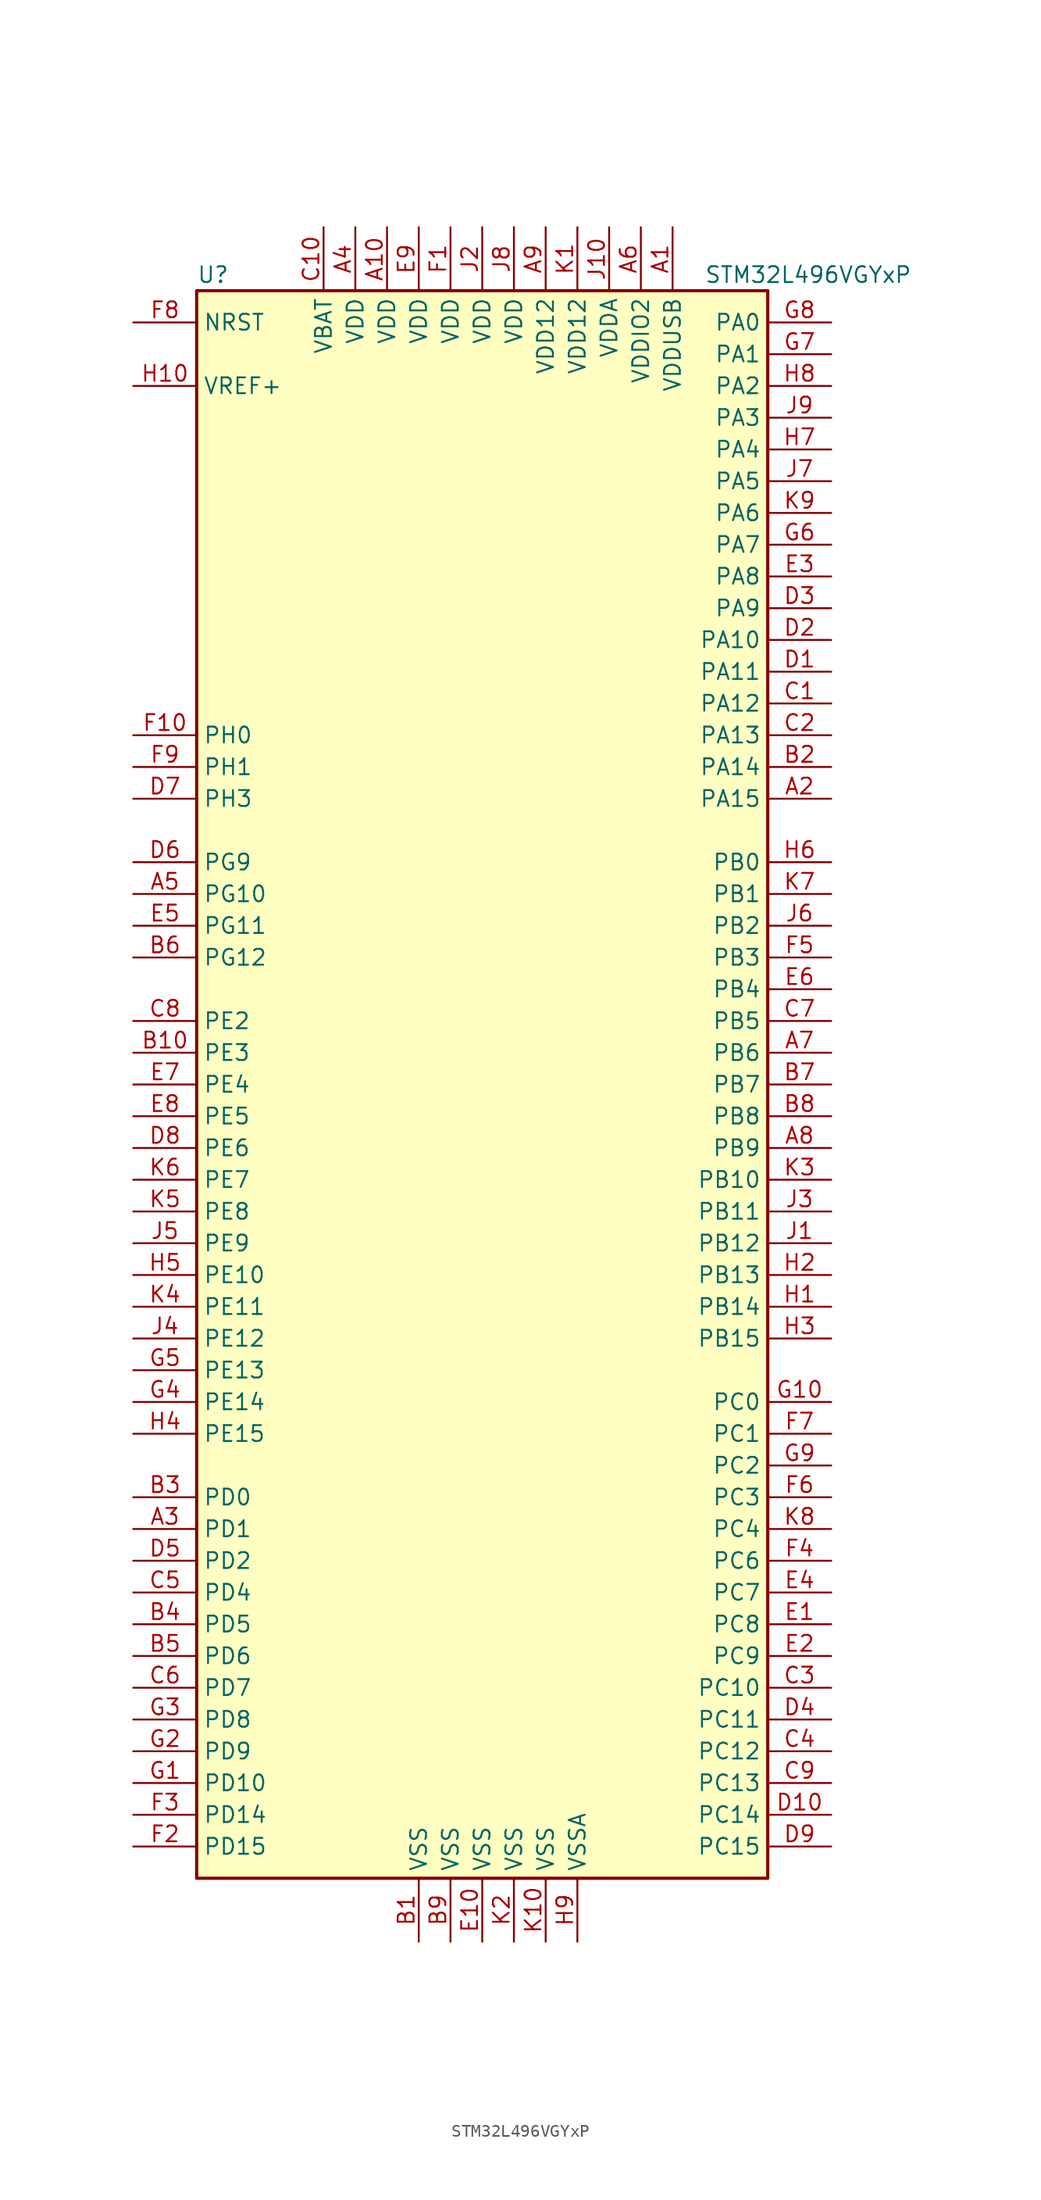
<source format=kicad_sym>
(kicad_symbol_lib
  (version 20220914)
  (generator kicad_symbol_editor)
  (symbol "STM32L496VGYxP"
    (property "Reference" "U"
      (at -22.86 64.77 0)
      (effects (font (size 1.27 1.27)) (justify left)))
    (property "Value" "STM32L496VGYxP"
      (at 17.78 64.77 0)
      (effects (font (size 1.27 1.27)) (justify left)))
    (symbol "STM32L496VGYxP_0_1"
      (rectangle (start -22.86 -63.5) (end 22.86 63.5) (stroke (width 0.254) (type default)) (fill (type background))))
    (symbol "STM32L496VGYxP_1_1"
      (pin power_in line (at 15.24 68.58 270) (length 5.08) (name "VDDUSB" (effects (font (size 1.27 1.27)))) (number "A1" (effects (font (size 1.27 1.27)))))
      (pin power_in line (at -7.62 68.58 270) (length 5.08) (name "VDD" (effects (font (size 1.27 1.27)))) (number "A10" (effects (font (size 1.27 1.27)))))
      (pin bidirectional line (at 27.94 22.86 180) (length 5.08) (name "PA15" (effects (font (size 1.27 1.27)))) (number "A2" (effects (font (size 1.27 1.27)))))
      (pin bidirectional line (at -27.94 -35.56 0) (length 5.08) (name "PD1" (effects (font (size 1.27 1.27)))) (number "A3" (effects (font (size 1.27 1.27)))))
      (pin power_in line (at -10.16 68.58 270) (length 5.08) (name "VDD" (effects (font (size 1.27 1.27)))) (number "A4" (effects (font (size 1.27 1.27)))))
      (pin bidirectional line (at -27.94 15.24 0) (length 5.08) (name "PG10" (effects (font (size 1.27 1.27)))) (number "A5" (effects (font (size 1.27 1.27)))))
      (pin power_in line (at 12.7 68.58 270) (length 5.08) (name "VDDIO2" (effects (font (size 1.27 1.27)))) (number "A6" (effects (font (size 1.27 1.27)))))
      (pin bidirectional line (at 27.94 2.54 180) (length 5.08) (name "PB6" (effects (font (size 1.27 1.27)))) (number "A7" (effects (font (size 1.27 1.27)))))
      (pin bidirectional line (at 27.94 -5.08 180) (length 5.08) (name "PB9" (effects (font (size 1.27 1.27)))) (number "A8" (effects (font (size 1.27 1.27)))))
      (pin power_in line (at 5.08 68.58 270) (length 5.08) (name "VDD12" (effects (font (size 1.27 1.27)))) (number "A9" (effects (font (size 1.27 1.27)))))
      (pin power_in line (at -5.08 -68.58 90) (length 5.08) (name "VSS" (effects (font (size 1.27 1.27)))) (number "B1" (effects (font (size 1.27 1.27)))))
      (pin bidirectional line (at -27.94 2.54 0) (length 5.08) (name "PE3" (effects (font (size 1.27 1.27)))) (number "B10" (effects (font (size 1.27 1.27)))))
      (pin bidirectional line (at 27.94 25.4 180) (length 5.08) (name "PA14" (effects (font (size 1.27 1.27)))) (number "B2" (effects (font (size 1.27 1.27)))))
      (pin bidirectional line (at -27.94 -33.02 0) (length 5.08) (name "PD0" (effects (font (size 1.27 1.27)))) (number "B3" (effects (font (size 1.27 1.27)))))
      (pin bidirectional line (at -27.94 -43.18 0) (length 5.08) (name "PD5" (effects (font (size 1.27 1.27)))) (number "B4" (effects (font (size 1.27 1.27)))))
      (pin bidirectional line (at -27.94 -45.72 0) (length 5.08) (name "PD6" (effects (font (size 1.27 1.27)))) (number "B5" (effects (font (size 1.27 1.27)))))
      (pin bidirectional line (at -27.94 10.16 0) (length 5.08) (name "PG12" (effects (font (size 1.27 1.27)))) (number "B6" (effects (font (size 1.27 1.27)))))
      (pin bidirectional line (at 27.94 0 180) (length 5.08) (name "PB7" (effects (font (size 1.27 1.27)))) (number "B7" (effects (font (size 1.27 1.27)))))
      (pin bidirectional line (at 27.94 -2.54 180) (length 5.08) (name "PB8" (effects (font (size 1.27 1.27)))) (number "B8" (effects (font (size 1.27 1.27)))))
      (pin power_in line (at -2.54 -68.58 90) (length 5.08) (name "VSS" (effects (font (size 1.27 1.27)))) (number "B9" (effects (font (size 1.27 1.27)))))
      (pin bidirectional line (at 27.94 30.48 180) (length 5.08) (name "PA12" (effects (font (size 1.27 1.27)))) (number "C1" (effects (font (size 1.27 1.27)))))
      (pin power_in line (at -12.7 68.58 270) (length 5.08) (name "VBAT" (effects (font (size 1.27 1.27)))) (number "C10" (effects (font (size 1.27 1.27)))))
      (pin bidirectional line (at 27.94 27.94 180) (length 5.08) (name "PA13" (effects (font (size 1.27 1.27)))) (number "C2" (effects (font (size 1.27 1.27)))))
      (pin bidirectional line (at 27.94 -48.26 180) (length 5.08) (name "PC10" (effects (font (size 1.27 1.27)))) (number "C3" (effects (font (size 1.27 1.27)))))
      (pin bidirectional line (at 27.94 -53.34 180) (length 5.08) (name "PC12" (effects (font (size 1.27 1.27)))) (number "C4" (effects (font (size 1.27 1.27)))))
      (pin bidirectional line (at -27.94 -40.64 0) (length 5.08) (name "PD4" (effects (font (size 1.27 1.27)))) (number "C5" (effects (font (size 1.27 1.27)))))
      (pin bidirectional line (at -27.94 -48.26 0) (length 5.08) (name "PD7" (effects (font (size 1.27 1.27)))) (number "C6" (effects (font (size 1.27 1.27)))))
      (pin bidirectional line (at 27.94 5.08 180) (length 5.08) (name "PB5" (effects (font (size 1.27 1.27)))) (number "C7" (effects (font (size 1.27 1.27)))))
      (pin bidirectional line (at -27.94 5.08 0) (length 5.08) (name "PE2" (effects (font (size 1.27 1.27)))) (number "C8" (effects (font (size 1.27 1.27)))))
      (pin bidirectional line (at 27.94 -55.88 180) (length 5.08) (name "PC13" (effects (font (size 1.27 1.27)))) (number "C9" (effects (font (size 1.27 1.27)))))
      (pin bidirectional line (at 27.94 33.02 180) (length 5.08) (name "PA11" (effects (font (size 1.27 1.27)))) (number "D1" (effects (font (size 1.27 1.27)))))
      (pin bidirectional line (at 27.94 -58.42 180) (length 5.08) (name "PC14" (effects (font (size 1.27 1.27)))) (number "D10" (effects (font (size 1.27 1.27)))))
      (pin bidirectional line (at 27.94 35.56 180) (length 5.08) (name "PA10" (effects (font (size 1.27 1.27)))) (number "D2" (effects (font (size 1.27 1.27)))))
      (pin bidirectional line (at 27.94 38.1 180) (length 5.08) (name "PA9" (effects (font (size 1.27 1.27)))) (number "D3" (effects (font (size 1.27 1.27)))))
      (pin bidirectional line (at 27.94 -50.8 180) (length 5.08) (name "PC11" (effects (font (size 1.27 1.27)))) (number "D4" (effects (font (size 1.27 1.27)))))
      (pin bidirectional line (at -27.94 -38.1 0) (length 5.08) (name "PD2" (effects (font (size 1.27 1.27)))) (number "D5" (effects (font (size 1.27 1.27)))))
      (pin bidirectional line (at -27.94 17.78 0) (length 5.08) (name "PG9" (effects (font (size 1.27 1.27)))) (number "D6" (effects (font (size 1.27 1.27)))))
      (pin bidirectional line (at -27.94 22.86 0) (length 5.08) (name "PH3" (effects (font (size 1.27 1.27)))) (number "D7" (effects (font (size 1.27 1.27)))))
      (pin bidirectional line (at -27.94 -5.08 0) (length 5.08) (name "PE6" (effects (font (size 1.27 1.27)))) (number "D8" (effects (font (size 1.27 1.27)))))
      (pin bidirectional line (at 27.94 -60.96 180) (length 5.08) (name "PC15" (effects (font (size 1.27 1.27)))) (number "D9" (effects (font (size 1.27 1.27)))))
      (pin bidirectional line (at 27.94 -43.18 180) (length 5.08) (name "PC8" (effects (font (size 1.27 1.27)))) (number "E1" (effects (font (size 1.27 1.27)))))
      (pin power_in line (at 0 -68.58 90) (length 5.08) (name "VSS" (effects (font (size 1.27 1.27)))) (number "E10" (effects (font (size 1.27 1.27)))))
      (pin bidirectional line (at 27.94 -45.72 180) (length 5.08) (name "PC9" (effects (font (size 1.27 1.27)))) (number "E2" (effects (font (size 1.27 1.27)))))
      (pin bidirectional line (at 27.94 40.64 180) (length 5.08) (name "PA8" (effects (font (size 1.27 1.27)))) (number "E3" (effects (font (size 1.27 1.27)))))
      (pin bidirectional line (at 27.94 -40.64 180) (length 5.08) (name "PC7" (effects (font (size 1.27 1.27)))) (number "E4" (effects (font (size 1.27 1.27)))))
      (pin bidirectional line (at -27.94 12.7 0) (length 5.08) (name "PG11" (effects (font (size 1.27 1.27)))) (number "E5" (effects (font (size 1.27 1.27)))))
      (pin bidirectional line (at 27.94 7.62 180) (length 5.08) (name "PB4" (effects (font (size 1.27 1.27)))) (number "E6" (effects (font (size 1.27 1.27)))))
      (pin bidirectional line (at -27.94 0 0) (length 5.08) (name "PE4" (effects (font (size 1.27 1.27)))) (number "E7" (effects (font (size 1.27 1.27)))))
      (pin bidirectional line (at -27.94 -2.54 0) (length 5.08) (name "PE5" (effects (font (size 1.27 1.27)))) (number "E8" (effects (font (size 1.27 1.27)))))
      (pin power_in line (at -5.08 68.58 270) (length 5.08) (name "VDD" (effects (font (size 1.27 1.27)))) (number "E9" (effects (font (size 1.27 1.27)))))
      (pin power_in line (at -2.54 68.58 270) (length 5.08) (name "VDD" (effects (font (size 1.27 1.27)))) (number "F1" (effects (font (size 1.27 1.27)))))
      (pin input line (at -27.94 27.94 0) (length 5.08) (name "PH0" (effects (font (size 1.27 1.27)))) (number "F10" (effects (font (size 1.27 1.27)))))
      (pin bidirectional line (at -27.94 -60.96 0) (length 5.08) (name "PD15" (effects (font (size 1.27 1.27)))) (number "F2" (effects (font (size 1.27 1.27)))))
      (pin bidirectional line (at -27.94 -58.42 0) (length 5.08) (name "PD14" (effects (font (size 1.27 1.27)))) (number "F3" (effects (font (size 1.27 1.27)))))
      (pin bidirectional line (at 27.94 -38.1 180) (length 5.08) (name "PC6" (effects (font (size 1.27 1.27)))) (number "F4" (effects (font (size 1.27 1.27)))))
      (pin bidirectional line (at 27.94 10.16 180) (length 5.08) (name "PB3" (effects (font (size 1.27 1.27)))) (number "F5" (effects (font (size 1.27 1.27)))))
      (pin bidirectional line (at 27.94 -33.02 180) (length 5.08) (name "PC3" (effects (font (size 1.27 1.27)))) (number "F6" (effects (font (size 1.27 1.27)))))
      (pin bidirectional line (at 27.94 -27.94 180) (length 5.08) (name "PC1" (effects (font (size 1.27 1.27)))) (number "F7" (effects (font (size 1.27 1.27)))))
      (pin input line (at -27.94 60.96 0) (length 5.08) (name "NRST" (effects (font (size 1.27 1.27)))) (number "F8" (effects (font (size 1.27 1.27)))))
      (pin input line (at -27.94 25.4 0) (length 5.08) (name "PH1" (effects (font (size 1.27 1.27)))) (number "F9" (effects (font (size 1.27 1.27)))))
      (pin bidirectional line (at -27.94 -55.88 0) (length 5.08) (name "PD10" (effects (font (size 1.27 1.27)))) (number "G1" (effects (font (size 1.27 1.27)))))
      (pin bidirectional line (at 27.94 -25.4 180) (length 5.08) (name "PC0" (effects (font (size 1.27 1.27)))) (number "G10" (effects (font (size 1.27 1.27)))))
      (pin bidirectional line (at -27.94 -53.34 0) (length 5.08) (name "PD9" (effects (font (size 1.27 1.27)))) (number "G2" (effects (font (size 1.27 1.27)))))
      (pin bidirectional line (at -27.94 -50.8 0) (length 5.08) (name "PD8" (effects (font (size 1.27 1.27)))) (number "G3" (effects (font (size 1.27 1.27)))))
      (pin bidirectional line (at -27.94 -25.4 0) (length 5.08) (name "PE14" (effects (font (size 1.27 1.27)))) (number "G4" (effects (font (size 1.27 1.27)))))
      (pin bidirectional line (at -27.94 -22.86 0) (length 5.08) (name "PE13" (effects (font (size 1.27 1.27)))) (number "G5" (effects (font (size 1.27 1.27)))))
      (pin bidirectional line (at 27.94 43.18 180) (length 5.08) (name "PA7" (effects (font (size 1.27 1.27)))) (number "G6" (effects (font (size 1.27 1.27)))))
      (pin bidirectional line (at 27.94 58.42 180) (length 5.08) (name "PA1" (effects (font (size 1.27 1.27)))) (number "G7" (effects (font (size 1.27 1.27)))))
      (pin bidirectional line (at 27.94 60.96 180) (length 5.08) (name "PA0" (effects (font (size 1.27 1.27)))) (number "G8" (effects (font (size 1.27 1.27)))))
      (pin bidirectional line (at 27.94 -30.48 180) (length 5.08) (name "PC2" (effects (font (size 1.27 1.27)))) (number "G9" (effects (font (size 1.27 1.27)))))
      (pin bidirectional line (at 27.94 -17.78 180) (length 5.08) (name "PB14" (effects (font (size 1.27 1.27)))) (number "H1" (effects (font (size 1.27 1.27)))))
      (pin bidirectional line (at -27.94 55.88 0) (length 5.08) (name "VREF+" (effects (font (size 1.27 1.27)))) (number "H10" (effects (font (size 1.27 1.27)))))
      (pin bidirectional line (at 27.94 -15.24 180) (length 5.08) (name "PB13" (effects (font (size 1.27 1.27)))) (number "H2" (effects (font (size 1.27 1.27)))))
      (pin bidirectional line (at 27.94 -20.32 180) (length 5.08) (name "PB15" (effects (font (size 1.27 1.27)))) (number "H3" (effects (font (size 1.27 1.27)))))
      (pin bidirectional line (at -27.94 -27.94 0) (length 5.08) (name "PE15" (effects (font (size 1.27 1.27)))) (number "H4" (effects (font (size 1.27 1.27)))))
      (pin bidirectional line (at -27.94 -15.24 0) (length 5.08) (name "PE10" (effects (font (size 1.27 1.27)))) (number "H5" (effects (font (size 1.27 1.27)))))
      (pin bidirectional line (at 27.94 17.78 180) (length 5.08) (name "PB0" (effects (font (size 1.27 1.27)))) (number "H6" (effects (font (size 1.27 1.27)))))
      (pin bidirectional line (at 27.94 50.8 180) (length 5.08) (name "PA4" (effects (font (size 1.27 1.27)))) (number "H7" (effects (font (size 1.27 1.27)))))
      (pin bidirectional line (at 27.94 55.88 180) (length 5.08) (name "PA2" (effects (font (size 1.27 1.27)))) (number "H8" (effects (font (size 1.27 1.27)))))
      (pin power_in line (at 7.62 -68.58 90) (length 5.08) (name "VSSA" (effects (font (size 1.27 1.27)))) (number "H9" (effects (font (size 1.27 1.27)))))
      (pin bidirectional line (at 27.94 -12.7 180) (length 5.08) (name "PB12" (effects (font (size 1.27 1.27)))) (number "J1" (effects (font (size 1.27 1.27)))))
      (pin power_in line (at 10.16 68.58 270) (length 5.08) (name "VDDA" (effects (font (size 1.27 1.27)))) (number "J10" (effects (font (size 1.27 1.27)))))
      (pin power_in line (at 0 68.58 270) (length 5.08) (name "VDD" (effects (font (size 1.27 1.27)))) (number "J2" (effects (font (size 1.27 1.27)))))
      (pin bidirectional line (at 27.94 -10.16 180) (length 5.08) (name "PB11" (effects (font (size 1.27 1.27)))) (number "J3" (effects (font (size 1.27 1.27)))))
      (pin bidirectional line (at -27.94 -20.32 0) (length 5.08) (name "PE12" (effects (font (size 1.27 1.27)))) (number "J4" (effects (font (size 1.27 1.27)))))
      (pin bidirectional line (at -27.94 -12.7 0) (length 5.08) (name "PE9" (effects (font (size 1.27 1.27)))) (number "J5" (effects (font (size 1.27 1.27)))))
      (pin bidirectional line (at 27.94 12.7 180) (length 5.08) (name "PB2" (effects (font (size 1.27 1.27)))) (number "J6" (effects (font (size 1.27 1.27)))))
      (pin bidirectional line (at 27.94 48.26 180) (length 5.08) (name "PA5" (effects (font (size 1.27 1.27)))) (number "J7" (effects (font (size 1.27 1.27)))))
      (pin power_in line (at 2.54 68.58 270) (length 5.08) (name "VDD" (effects (font (size 1.27 1.27)))) (number "J8" (effects (font (size 1.27 1.27)))))
      (pin bidirectional line (at 27.94 53.34 180) (length 5.08) (name "PA3" (effects (font (size 1.27 1.27)))) (number "J9" (effects (font (size 1.27 1.27)))))
      (pin power_in line (at 7.62 68.58 270) (length 5.08) (name "VDD12" (effects (font (size 1.27 1.27)))) (number "K1" (effects (font (size 1.27 1.27)))))
      (pin power_in line (at 5.08 -68.58 90) (length 5.08) (name "VSS" (effects (font (size 1.27 1.27)))) (number "K10" (effects (font (size 1.27 1.27)))))
      (pin power_in line (at 2.54 -68.58 90) (length 5.08) (name "VSS" (effects (font (size 1.27 1.27)))) (number "K2" (effects (font (size 1.27 1.27)))))
      (pin bidirectional line (at 27.94 -7.62 180) (length 5.08) (name "PB10" (effects (font (size 1.27 1.27)))) (number "K3" (effects (font (size 1.27 1.27)))))
      (pin bidirectional line (at -27.94 -17.78 0) (length 5.08) (name "PE11" (effects (font (size 1.27 1.27)))) (number "K4" (effects (font (size 1.27 1.27)))))
      (pin bidirectional line (at -27.94 -10.16 0) (length 5.08) (name "PE8" (effects (font (size 1.27 1.27)))) (number "K5" (effects (font (size 1.27 1.27)))))
      (pin bidirectional line (at -27.94 -7.62 0) (length 5.08) (name "PE7" (effects (font (size 1.27 1.27)))) (number "K6" (effects (font (size 1.27 1.27)))))
      (pin bidirectional line (at 27.94 15.24 180) (length 5.08) (name "PB1" (effects (font (size 1.27 1.27)))) (number "K7" (effects (font (size 1.27 1.27)))))
      (pin bidirectional line (at 27.94 -35.56 180) (length 5.08) (name "PC4" (effects (font (size 1.27 1.27)))) (number "K8" (effects (font (size 1.27 1.27)))))
      (pin bidirectional line (at 27.94 45.72 180) (length 5.08) (name "PA6" (effects (font (size 1.27 1.27)))) (number "K9" (effects (font (size 1.27 1.27))))))))
</source>
